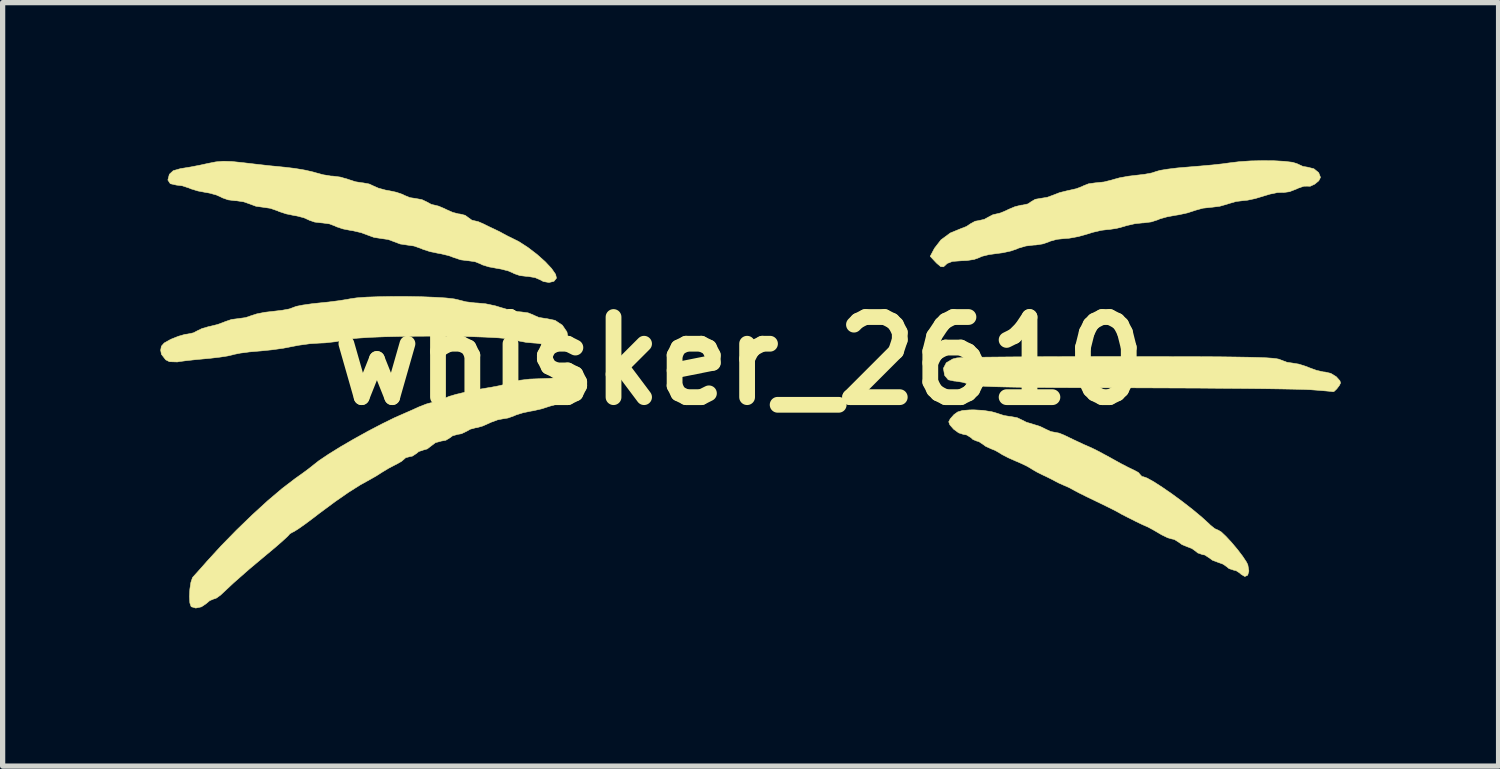
<source format=kicad_pcb>
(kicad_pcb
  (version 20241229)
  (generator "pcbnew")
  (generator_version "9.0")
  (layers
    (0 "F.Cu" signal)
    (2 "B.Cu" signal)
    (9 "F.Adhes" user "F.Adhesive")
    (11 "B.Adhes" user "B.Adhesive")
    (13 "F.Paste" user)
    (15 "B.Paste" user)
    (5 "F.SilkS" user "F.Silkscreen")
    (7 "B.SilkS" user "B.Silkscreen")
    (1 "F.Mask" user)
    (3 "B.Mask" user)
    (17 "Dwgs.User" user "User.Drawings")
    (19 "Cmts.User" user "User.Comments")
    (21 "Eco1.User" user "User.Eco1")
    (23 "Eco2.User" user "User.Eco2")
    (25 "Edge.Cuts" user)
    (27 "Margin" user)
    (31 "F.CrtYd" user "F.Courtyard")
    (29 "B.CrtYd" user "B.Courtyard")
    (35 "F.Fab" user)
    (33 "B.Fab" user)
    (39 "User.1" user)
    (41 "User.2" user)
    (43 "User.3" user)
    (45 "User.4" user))
  (footprint "whisker_2610"
    (layer "F.Cu")
    (at 11.012 3.813)
    (property "Reference" "whisker_2610" (at 0 0 0) (layer "F.SilkS") (effects (font (size 1.524 1.524) (thickness 0.3))))
    (attr through_hole)
    (fp_poly (pts (xy 7.823 -0.082) (xy 8.328 -0.081) (xy 8.76 -0.08) (xy 9.124 -0.078) (xy 9.426 -0.074) (xy 9.672 -0.07) (xy 9.868 -0.065) (xy 10.019 -0.059) (xy 10.131 -0.051) (xy 10.21 -0.042) (xy 10.261 -0.032) (xy 10.287 -0.021) (xy 10.411 0.026) (xy 10.52 0.042) (xy 10.637 0.061) (xy 10.781 0.107) (xy 10.831 0.128) (xy 10.97 0.179) (xy 11.101 0.209) (xy 11.138 0.212) (xy 11.245 0.237) (xy 11.348 0.3) (xy 11.418 0.378) (xy 11.43 0.42) (xy 11.407 0.468) (xy 11.358 0.532) (xy 11.309 0.579) (xy 11.289 0.586) (xy 11.247 0.58) (xy 11.138 0.57) (xy 10.981 0.557) (xy 10.858 0.548) (xy 10.744 0.543) (xy 10.553 0.538) (xy 10.294 0.533) (xy 9.975 0.528) (xy 9.604 0.524) (xy 9.189 0.521) (xy 8.738 0.517) (xy 8.26 0.515) (xy 7.762 0.513) (xy 7.493 0.512) (xy 6.905 0.511) (xy 6.397 0.509) (xy 5.961 0.507) (xy 5.593 0.504) (xy 5.286 0.5) (xy 5.034 0.495) (xy 4.833 0.49) (xy 4.675 0.483) (xy 4.556 0.475) (xy 4.47 0.465) (xy 4.409 0.454) (xy 4.381 0.446) (xy 4.239 0.405) (xy 4.103 0.384) (xy 4.081 0.383) (xy 3.971 0.359) (xy 3.904 0.279) (xy 3.9 0.27) (xy 3.878 0.141) (xy 3.933 0.035) (xy 4.056 -0.037) (xy 4.135 -0.057) (xy 4.204 -0.061) (xy 4.35 -0.066) (xy 4.566 -0.07) (xy 4.845 -0.073) (xy 5.18 -0.076) (xy 5.562 -0.079) (xy 5.986 -0.081) (xy 6.443 -0.082) (xy 6.926 -0.083) (xy 7.239 -0.083) (xy 7.823 -0.082)) (stroke (width 0.01) (type solid)) (fill yes) (layer "F.SilkS"))
    (fp_poly (pts (xy -6.312 -1.225) (xy -6.041 -1.22) (xy -5.792 -1.21) (xy -5.581 -1.197) (xy -5.426 -1.179) (xy -5.355 -1.163) (xy -5.202 -1.124) (xy -5.029 -1.103) (xy -4.984 -1.101) (xy -4.826 -1.086) (xy -4.642 -1.047) (xy -4.541 -1.016) (xy -4.38 -0.969) (xy -4.226 -0.938) (xy -4.148 -0.931) (xy -4.02 -0.914) (xy -3.918 -0.873) (xy -3.913 -0.869) (xy -3.816 -0.827) (xy -3.688 -0.806) (xy -3.676 -0.806) (xy -3.507 -0.771) (xy -3.369 -0.68) (xy -3.281 -0.551) (xy -3.26 -0.442) (xy -3.287 -0.308) (xy -3.366 -0.239) (xy -3.49 -0.24) (xy -3.576 -0.272) (xy -3.713 -0.316) (xy -3.871 -0.338) (xy -3.901 -0.339) (xy -4.058 -0.353) (xy -4.233 -0.386) (xy -4.293 -0.403) (xy -4.404 -0.423) (xy -4.587 -0.439) (xy -4.828 -0.452) (xy -5.113 -0.462) (xy -5.431 -0.468) (xy -5.766 -0.471) (xy -6.107 -0.47) (xy -6.439 -0.466) (xy -6.75 -0.459) (xy -7.027 -0.448) (xy -7.255 -0.433) (xy -7.423 -0.416) (xy -7.493 -0.402) (xy -7.676 -0.366) (xy -7.881 -0.343) (xy -7.98 -0.339) (xy -8.169 -0.327) (xy -8.38 -0.298) (xy -8.5 -0.275) (xy -8.675 -0.241) (xy -8.891 -0.211) (xy -9.107 -0.189) (xy -9.135 -0.187) (xy -9.32 -0.171) (xy -9.488 -0.149) (xy -9.608 -0.125) (xy -9.631 -0.118) (xy -9.729 -0.095) (xy -9.885 -0.071) (xy -10.072 -0.049) (xy -10.16 -0.041) (xy -10.352 -0.023) (xy -10.525 -0.004) (xy -10.653 0.013) (xy -10.689 0.02) (xy -10.84 0.015) (xy -10.911 -0.021) (xy -10.992 -0.125) (xy -11.007 -0.204) (xy -10.993 -0.28) (xy -10.94 -0.34) (xy -10.828 -0.403) (xy -10.806 -0.414) (xy -10.668 -0.469) (xy -10.545 -0.504) (xy -10.499 -0.51) (xy -10.383 -0.534) (xy -10.315 -0.57) (xy -10.222 -0.615) (xy -10.094 -0.652) (xy -10.068 -0.657) (xy -9.926 -0.692) (xy -9.8 -0.738) (xy -9.786 -0.745) (xy -9.659 -0.788) (xy -9.533 -0.804) (xy -9.395 -0.823) (xy -9.279 -0.862) (xy -9.18 -0.894) (xy -9.029 -0.924) (xy -8.857 -0.944) (xy -8.855 -0.944) (xy -8.695 -0.963) (xy -8.565 -0.987) (xy -8.492 -1.013) (xy -8.489 -1.015) (xy -8.425 -1.038) (xy -8.298 -1.063) (xy -8.129 -1.087) (xy -8.016 -1.099) (xy -7.812 -1.12) (xy -7.616 -1.145) (xy -7.459 -1.17) (xy -7.408 -1.18) (xy -7.279 -1.199) (xy -7.088 -1.213) (xy -6.852 -1.221) (xy -6.588 -1.226) (xy -6.312 -1.225)) (stroke (width 0.01) (type solid)) (fill yes) (layer "F.SilkS"))
    (fp_poly (pts (xy 4.635 0.941) (xy 4.799 0.967) (xy 4.896 0.995) (xy 5.028 1.038) (xy 5.149 1.058) (xy 5.16 1.058) (xy 5.28 1.08) (xy 5.356 1.116) (xy 5.456 1.166) (xy 5.583 1.205) (xy 5.588 1.206) (xy 5.714 1.245) (xy 5.817 1.295) (xy 5.82 1.297) (xy 5.919 1.343) (xy 5.982 1.355) (xy 6.078 1.373) (xy 6.174 1.412) (xy 6.354 1.499) (xy 6.553 1.592) (xy 6.689 1.651) (xy 6.776 1.693) (xy 6.91 1.764) (xy 7.065 1.848) (xy 7.091 1.863) (xy 7.248 1.95) (xy 7.391 2.024) (xy 7.493 2.073) (xy 7.504 2.078) (xy 7.587 2.123) (xy 7.62 2.163) (xy 7.654 2.199) (xy 7.674 2.201) (xy 7.749 2.227) (xy 7.876 2.297) (xy 8.039 2.402) (xy 8.226 2.531) (xy 8.422 2.675) (xy 8.614 2.824) (xy 8.787 2.968) (xy 8.928 3.096) (xy 8.954 3.122) (xy 9.038 3.19) (xy 9.107 3.22) (xy 9.162 3.253) (xy 9.251 3.337) (xy 9.359 3.454) (xy 9.47 3.586) (xy 9.569 3.716) (xy 9.641 3.825) (xy 9.667 3.878) (xy 9.687 3.996) (xy 9.664 4.075) (xy 9.61 4.1) (xy 9.537 4.057) (xy 9.525 4.043) (xy 9.444 3.989) (xy 9.398 3.979) (xy 9.308 3.949) (xy 9.273 3.919) (xy 9.196 3.865) (xy 9.102 3.831) (xy 8.995 3.791) (xy 8.93 3.744) (xy 8.849 3.691) (xy 8.805 3.683) (xy 8.715 3.652) (xy 8.682 3.624) (xy 8.604 3.568) (xy 8.523 3.537) (xy 8.415 3.493) (xy 8.353 3.448) (xy 8.268 3.395) (xy 8.22 3.385) (xy 8.143 3.363) (xy 8.03 3.308) (xy 7.98 3.279) (xy 7.864 3.211) (xy 7.771 3.161) (xy 7.747 3.15) (xy 7.66 3.112) (xy 7.531 3.05) (xy 7.39 2.979) (xy 7.267 2.916) (xy 7.197 2.876) (xy 7.132 2.841) (xy 7.011 2.781) (xy 6.856 2.705) (xy 6.773 2.665) (xy 6.609 2.586) (xy 6.468 2.516) (xy 6.374 2.467) (xy 6.35 2.453) (xy 6.262 2.406) (xy 6.181 2.371) (xy 6.075 2.324) (xy 6.011 2.291) (xy 5.934 2.25) (xy 5.819 2.193) (xy 5.779 2.175) (xy 5.658 2.115) (xy 5.564 2.06) (xy 5.546 2.048) (xy 5.473 2.005) (xy 5.352 1.947) (xy 5.249 1.903) (xy 5.112 1.842) (xy 5.001 1.785) (xy 4.953 1.755) (xy 4.862 1.702) (xy 4.786 1.672) (xy 4.681 1.624) (xy 4.624 1.582) (xy 4.548 1.533) (xy 4.511 1.524) (xy 4.439 1.494) (xy 4.403 1.46) (xy 4.319 1.408) (xy 4.257 1.397) (xy 4.168 1.368) (xy 4.072 1.298) (xy 4 1.215) (xy 3.979 1.158) (xy 4.008 1.102) (xy 4.076 1.025) (xy 4.077 1.023) (xy 4.149 0.971) (xy 4.241 0.943) (xy 4.379 0.932) (xy 4.46 0.931) (xy 4.635 0.941)) (stroke (width 0.01) (type solid)) (fill yes) (layer "F.SilkS"))
    (fp_poly (pts (xy -3.045 0.266) (xy -2.993 0.296) (xy -2.956 0.337) (xy -2.906 0.424) (xy -2.918 0.505) (xy -2.927 0.523) (xy -3.041 0.69) (xy -3.174 0.781) (xy -3.311 0.804) (xy -3.465 0.821) (xy -3.613 0.863) (xy -3.619 0.865) (xy -3.754 0.909) (xy -3.917 0.947) (xy -3.967 0.955) (xy -4.116 0.986) (xy -4.248 1.027) (xy -4.284 1.043) (xy -4.402 1.086) (xy -4.497 1.101) (xy -4.597 1.12) (xy -4.725 1.167) (xy -4.763 1.185) (xy -4.886 1.239) (xy -4.991 1.269) (xy -5.015 1.271) (xy -5.117 1.298) (xy -5.183 1.335) (xy -5.287 1.385) (xy -5.358 1.397) (xy -5.457 1.425) (xy -5.503 1.46) (xy -5.584 1.509) (xy -5.668 1.524) (xy -5.782 1.555) (xy -5.853 1.609) (xy -5.938 1.674) (xy -6.006 1.693) (xy -6.1 1.724) (xy -6.138 1.757) (xy -6.221 1.811) (xy -6.268 1.82) (xy -6.347 1.841) (xy -6.372 1.863) (xy -6.425 1.909) (xy -6.521 1.964) (xy -6.533 1.969) (xy -6.669 2.04) (xy -6.795 2.116) (xy -6.906 2.187) (xy -7.003 2.242) (xy -7.006 2.244) (xy -7.213 2.359) (xy -7.436 2.5) (xy -7.688 2.675) (xy -7.985 2.895) (xy -8.114 2.994) (xy -8.263 3.105) (xy -8.388 3.193) (xy -8.474 3.247) (xy -8.503 3.26) (xy -8.555 3.291) (xy -8.558 3.298) (xy -8.595 3.338) (xy -8.684 3.42) (xy -8.813 3.533) (xy -8.969 3.664) (xy -8.988 3.679) (xy -9.33 3.966) (xy -9.622 4.223) (xy -9.871 4.456) (xy -9.952 4.513) (xy -10.005 4.53) (xy -10.074 4.559) (xy -10.139 4.614) (xy -10.232 4.677) (xy -10.339 4.7) (xy -10.424 4.675) (xy -10.428 4.671) (xy -10.452 4.602) (xy -10.459 4.482) (xy -10.452 4.341) (xy -10.432 4.211) (xy -10.402 4.122) (xy -10.393 4.11) (xy -10.334 4.045) (xy -10.239 3.939) (xy -10.13 3.815) (xy -10.129 3.814) (xy -9.859 3.519) (xy -9.566 3.219) (xy -9.265 2.928) (xy -8.97 2.658) (xy -8.696 2.426) (xy -8.458 2.244) (xy -8.439 2.23) (xy -8.305 2.135) (xy -8.193 2.052) (xy -8.126 1.999) (xy -8.125 1.998) (xy -8.002 1.901) (xy -7.818 1.777) (xy -7.591 1.636) (xy -7.335 1.487) (xy -7.066 1.338) (xy -6.802 1.2) (xy -6.558 1.08) (xy -6.371 0.998) (xy -6.243 0.942) (xy -6.104 0.879) (xy -6.096 0.875) (xy -5.952 0.819) (xy -5.806 0.779) (xy -5.8 0.777) (xy -5.685 0.748) (xy -5.605 0.713) (xy -5.601 0.71) (xy -5.525 0.676) (xy -5.385 0.635) (xy -5.197 0.59) (xy -4.98 0.545) (xy -4.752 0.506) (xy -4.741 0.505) (xy -4.568 0.472) (xy -4.402 0.431) (xy -4.307 0.401) (xy -4.174 0.368) (xy -3.99 0.346) (xy -3.811 0.339) (xy -3.613 0.332) (xy -3.414 0.315) (xy -3.257 0.292) (xy -3.254 0.291) (xy -3.122 0.266) (xy -3.045 0.266)) (stroke (width 0.01) (type solid)) (fill yes) (layer "F.SilkS"))
    (fp_poly (pts (xy 10.17 -3.806) (xy 10.365 -3.795) (xy 10.516 -3.777) (xy 10.602 -3.751) (xy 10.607 -3.748) (xy 10.714 -3.699) (xy 10.803 -3.684) (xy 10.923 -3.654) (xy 11.014 -3.58) (xy 11.049 -3.49) (xy 11.016 -3.425) (xy 10.939 -3.361) (xy 10.853 -3.321) (xy 10.795 -3.323) (xy 10.733 -3.322) (xy 10.63 -3.287) (xy 10.589 -3.268) (xy 10.46 -3.218) (xy 10.344 -3.202) (xy 10.324 -3.204) (xy 10.229 -3.201) (xy 10.089 -3.172) (xy 9.969 -3.136) (xy 9.81 -3.088) (xy 9.66 -3.056) (xy 9.578 -3.048) (xy 9.441 -3.031) (xy 9.296 -2.989) (xy 9.286 -2.985) (xy 9.134 -2.941) (xy 8.976 -2.921) (xy 8.968 -2.921) (xy 8.812 -2.904) (xy 8.661 -2.862) (xy 8.653 -2.859) (xy 8.519 -2.815) (xy 8.354 -2.779) (xy 8.284 -2.768) (xy 8.132 -2.74) (xy 7.997 -2.702) (xy 7.95 -2.682) (xy 7.829 -2.643) (xy 7.686 -2.625) (xy 7.67 -2.625) (xy 7.519 -2.609) (xy 7.357 -2.572) (xy 7.324 -2.561) (xy 7.175 -2.521) (xy 7.03 -2.499) (xy 7 -2.498) (xy 6.879 -2.483) (xy 6.722 -2.446) (xy 6.615 -2.413) (xy 6.445 -2.365) (xy 6.27 -2.333) (xy 6.182 -2.327) (xy 6.038 -2.312) (xy 5.913 -2.278) (xy 5.884 -2.265) (xy 5.773 -2.226) (xy 5.631 -2.204) (xy 5.596 -2.203) (xy 5.446 -2.185) (xy 5.305 -2.144) (xy 5.283 -2.133) (xy 5.167 -2.092) (xy 5.008 -2.057) (xy 4.893 -2.042) (xy 4.74 -2.021) (xy 4.612 -1.989) (xy 4.552 -1.962) (xy 4.463 -1.93) (xy 4.326 -1.909) (xy 4.229 -1.905) (xy 4.05 -1.892) (xy 3.949 -1.853) (xy 3.937 -1.841) (xy 3.88 -1.789) (xy 3.826 -1.793) (xy 3.75 -1.858) (xy 3.726 -1.883) (xy 3.627 -1.989) (xy 3.708 -2.142) (xy 3.831 -2.301) (xy 4.008 -2.432) (xy 4.207 -2.514) (xy 4.318 -2.557) (xy 4.39 -2.606) (xy 4.481 -2.656) (xy 4.546 -2.667) (xy 4.656 -2.692) (xy 4.723 -2.729) (xy 4.818 -2.779) (xy 4.879 -2.793) (xy 4.962 -2.813) (xy 5.077 -2.861) (xy 5.111 -2.879) (xy 5.24 -2.933) (xy 5.359 -2.962) (xy 5.381 -2.963) (xy 5.486 -2.986) (xy 5.546 -3.027) (xy 5.624 -3.073) (xy 5.722 -3.09) (xy 5.853 -3.111) (xy 5.967 -3.153) (xy 6.088 -3.2) (xy 6.237 -3.237) (xy 6.271 -3.244) (xy 6.407 -3.275) (xy 6.517 -3.317) (xy 6.539 -3.329) (xy 6.638 -3.368) (xy 6.767 -3.386) (xy 6.782 -3.387) (xy 6.933 -3.403) (xy 7.088 -3.442) (xy 7.101 -3.447) (xy 7.229 -3.482) (xy 7.401 -3.513) (xy 7.546 -3.53) (xy 7.707 -3.549) (xy 7.844 -3.575) (xy 7.922 -3.601) (xy 7.998 -3.623) (xy 8.139 -3.646) (xy 8.325 -3.669) (xy 8.536 -3.687) (xy 8.547 -3.688) (xy 8.777 -3.707) (xy 9 -3.727) (xy 9.19 -3.748) (xy 9.313 -3.765) (xy 9.501 -3.788) (xy 9.719 -3.803) (xy 9.948 -3.808) (xy 10.17 -3.806)) (stroke (width 0.01) (type solid)) (fill yes) (layer "F.SilkS"))
    (fp_poly (pts (xy -9.654 -3.792) (xy -9.445 -3.77) (xy -9.436 -3.769) (xy -9.197 -3.741) (xy -8.931 -3.711) (xy -8.688 -3.687) (xy -8.653 -3.684) (xy -8.452 -3.66) (xy -8.257 -3.627) (xy -8.103 -3.591) (xy -8.069 -3.581) (xy -7.918 -3.54) (xy -7.774 -3.516) (xy -7.73 -3.514) (xy -7.591 -3.496) (xy -7.446 -3.454) (xy -7.436 -3.45) (xy -7.302 -3.407) (xy -7.177 -3.387) (xy -7.165 -3.387) (xy -7.044 -3.365) (xy -6.961 -3.327) (xy -6.869 -3.286) (xy -6.734 -3.249) (xy -6.666 -3.237) (xy -6.525 -3.207) (xy -6.408 -3.167) (xy -6.372 -3.148) (xy -6.268 -3.105) (xy -6.161 -3.089) (xy -6.039 -3.067) (xy -5.95 -3.025) (xy -5.859 -2.976) (xy -5.802 -2.963) (xy -5.724 -2.944) (xy -5.612 -2.897) (xy -5.577 -2.879) (xy -5.452 -2.824) (xy -5.339 -2.795) (xy -5.318 -2.794) (xy -5.217 -2.769) (xy -5.165 -2.731) (xy -5.09 -2.677) (xy -5.05 -2.667) (xy -4.968 -2.648) (xy -4.875 -2.608) (xy -4.751 -2.547) (xy -4.657 -2.503) (xy -4.552 -2.452) (xy -4.487 -2.416) (xy -4.393 -2.366) (xy -4.36 -2.351) (xy -4.196 -2.269) (xy -4.021 -2.156) (xy -3.85 -2.025) (xy -3.696 -1.888) (xy -3.574 -1.758) (xy -3.497 -1.647) (xy -3.48 -1.574) (xy -3.528 -1.514) (xy -3.622 -1.491) (xy -3.73 -1.51) (xy -3.789 -1.542) (xy -3.886 -1.584) (xy -4.018 -1.606) (xy -4.044 -1.607) (xy -4.177 -1.623) (xy -4.287 -1.661) (xy -4.302 -1.67) (xy -4.393 -1.71) (xy -4.531 -1.746) (xy -4.618 -1.761) (xy -4.764 -1.788) (xy -4.885 -1.825) (xy -4.931 -1.848) (xy -5.031 -1.887) (xy -5.158 -1.905) (xy -5.164 -1.905) (xy -5.3 -1.922) (xy -5.42 -1.962) (xy -5.421 -1.962) (xy -5.53 -2.002) (xy -5.675 -2.037) (xy -5.728 -2.046) (xy -5.88 -2.077) (xy -6.017 -2.121) (xy -6.052 -2.137) (xy -6.189 -2.185) (xy -6.316 -2.203) (xy -6.451 -2.223) (xy -6.562 -2.265) (xy -6.682 -2.309) (xy -6.807 -2.327) (xy -6.95 -2.349) (xy -7.071 -2.393) (xy -7.191 -2.438) (xy -7.344 -2.474) (xy -7.397 -2.482) (xy -7.539 -2.51) (xy -7.66 -2.55) (xy -7.693 -2.566) (xy -7.798 -2.606) (xy -7.932 -2.624) (xy -7.948 -2.625) (xy -8.078 -2.64) (xy -8.183 -2.676) (xy -8.193 -2.682) (xy -8.286 -2.723) (xy -8.419 -2.757) (xy -8.469 -2.765) (xy -8.619 -2.796) (xy -8.756 -2.841) (xy -8.786 -2.855) (xy -8.921 -2.902) (xy -9.059 -2.922) (xy -9.195 -2.941) (xy -9.313 -2.985) (xy -9.427 -3.025) (xy -9.567 -3.046) (xy -9.59 -3.046) (xy -9.724 -3.063) (xy -9.837 -3.103) (xy -9.851 -3.112) (xy -9.949 -3.156) (xy -10.087 -3.193) (xy -10.147 -3.203) (xy -10.296 -3.231) (xy -10.428 -3.271) (xy -10.465 -3.287) (xy -10.596 -3.33) (xy -10.71 -3.344) (xy -10.824 -3.37) (xy -10.87 -3.44) (xy -10.841 -3.55) (xy -10.84 -3.55) (xy -10.768 -3.617) (xy -10.628 -3.657) (xy -10.594 -3.662) (xy -10.441 -3.687) (xy -10.254 -3.723) (xy -10.113 -3.754) (xy -9.956 -3.785) (xy -9.814 -3.797) (xy -9.654 -3.792)) (stroke (width 0.01) (type solid)) (fill yes) (layer "F.SilkS")))
  (gr_rect
    (start -3 -3)
    (end 25.447 11.518)
    (stroke (width 0.1) (type default))
    (fill no)
    (layer "Edge.Cuts")))
</source>
